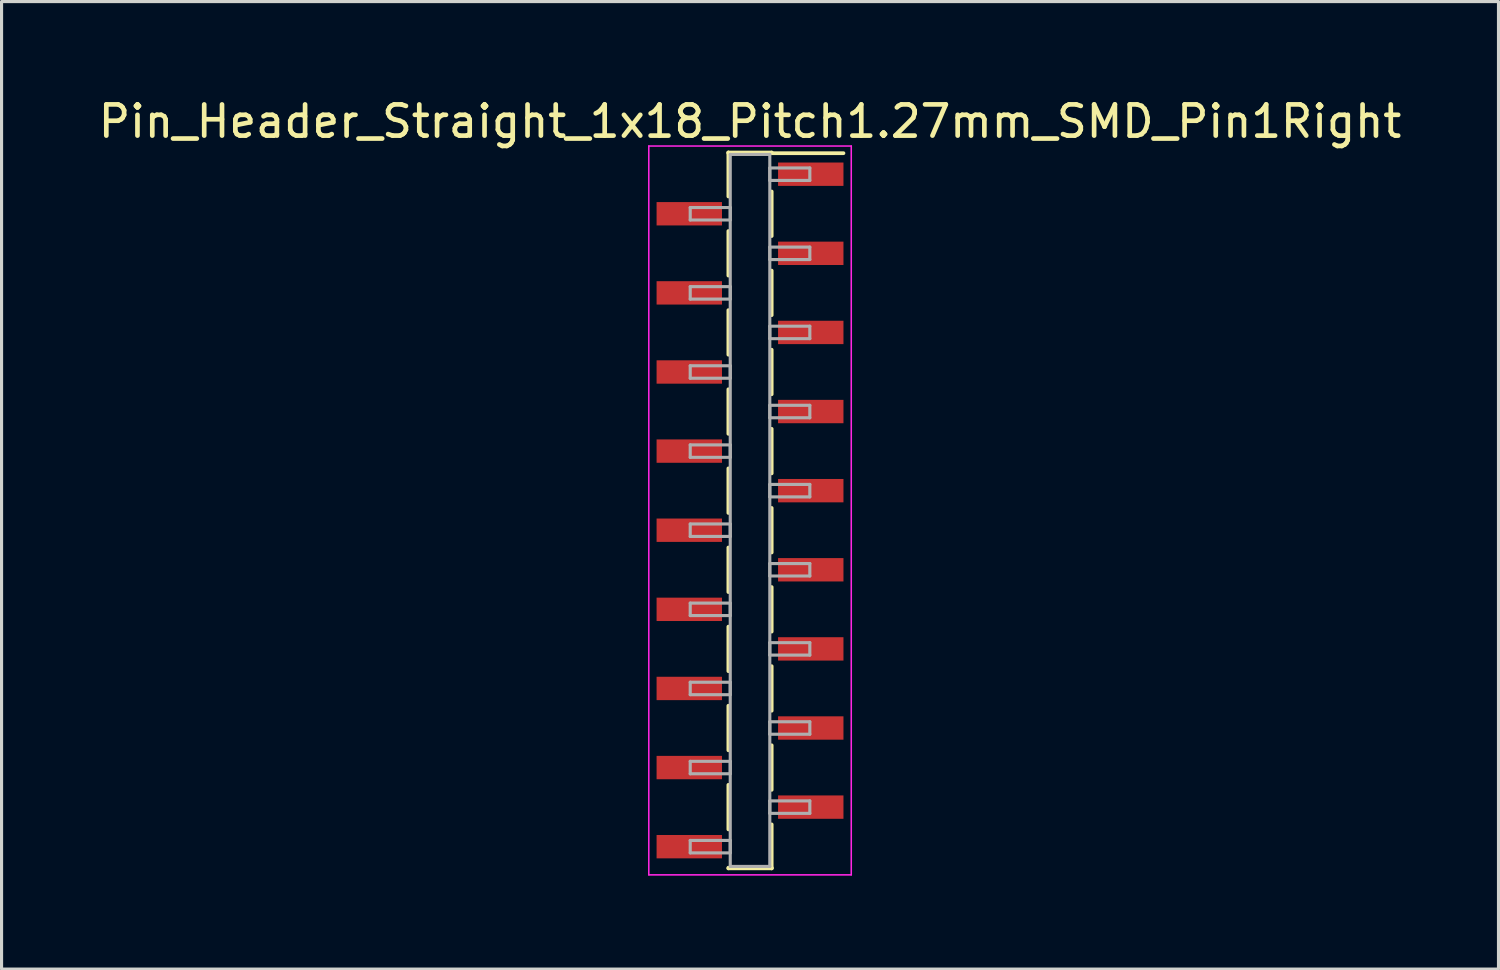
<source format=kicad_pcb>
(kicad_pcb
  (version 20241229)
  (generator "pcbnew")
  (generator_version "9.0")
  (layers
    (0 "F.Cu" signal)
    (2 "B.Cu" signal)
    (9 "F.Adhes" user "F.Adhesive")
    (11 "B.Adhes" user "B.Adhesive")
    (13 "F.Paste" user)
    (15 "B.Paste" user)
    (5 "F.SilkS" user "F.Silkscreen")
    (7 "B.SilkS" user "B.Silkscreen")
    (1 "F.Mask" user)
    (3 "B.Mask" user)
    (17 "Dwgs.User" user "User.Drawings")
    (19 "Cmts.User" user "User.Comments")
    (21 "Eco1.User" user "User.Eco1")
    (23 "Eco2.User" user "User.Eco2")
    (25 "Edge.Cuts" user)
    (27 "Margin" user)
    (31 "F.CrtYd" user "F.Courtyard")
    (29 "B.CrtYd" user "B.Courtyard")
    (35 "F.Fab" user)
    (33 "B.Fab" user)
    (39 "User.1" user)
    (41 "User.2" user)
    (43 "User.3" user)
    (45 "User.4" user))
  (footprint "Pin_Header_Straight_1x18_Pitch1.27mm_SMD_Pin1Right"
    (layer "F.Cu")
    (at 21.03 13.338)
    (property "Reference" "Pin_Header_Straight_1x18_Pitch1.27mm_SMD_Pin1Right" (at 0 -12.49 0) (layer "F.SilkS") (effects (font (size 1 1) (thickness 0.15))))
    (attr smd)
    (fp_line (start -0.695 -11.49) (end -0.695 -10.08) (stroke (width 0.12) (type solid)) (layer "F.SilkS"))
    (fp_line (start -0.695 -11.49) (end 0.695 -11.49) (stroke (width 0.12) (type solid)) (layer "F.SilkS"))
    (fp_line (start -0.695 -11.47) (end -0.695 -11.49) (stroke (width 0.12) (type solid)) (layer "F.SilkS"))
    (fp_line (start -0.695 -8.97) (end -0.695 -7.54) (stroke (width 0.12) (type solid)) (layer "F.SilkS"))
    (fp_line (start -0.695 -6.43) (end -0.695 -5) (stroke (width 0.12) (type solid)) (layer "F.SilkS"))
    (fp_line (start -0.695 -3.89) (end -0.695 -2.46) (stroke (width 0.12) (type solid)) (layer "F.SilkS"))
    (fp_line (start -0.695 -1.35) (end -0.695 0.08) (stroke (width 0.12) (type solid)) (layer "F.SilkS"))
    (fp_line (start -0.695 1.19) (end -0.695 2.62) (stroke (width 0.12) (type solid)) (layer "F.SilkS"))
    (fp_line (start -0.695 3.73) (end -0.695 5.16) (stroke (width 0.12) (type solid)) (layer "F.SilkS"))
    (fp_line (start -0.695 6.27) (end -0.695 7.7) (stroke (width 0.12) (type solid)) (layer "F.SilkS"))
    (fp_line (start -0.695 8.81) (end -0.695 10.24) (stroke (width 0.12) (type solid)) (layer "F.SilkS"))
    (fp_line (start -0.695 11.47) (end -0.695 11.49) (stroke (width 0.12) (type solid)) (layer "F.SilkS"))
    (fp_line (start -0.695 11.49) (end 0.695 11.49) (stroke (width 0.12) (type solid)) (layer "F.SilkS"))
    (fp_line (start 0.695 -11.49) (end 0.695 -11.47) (stroke (width 0.12) (type solid)) (layer "F.SilkS"))
    (fp_line (start 0.695 -11.47) (end 3 -11.47) (stroke (width 0.12) (type solid)) (layer "F.SilkS"))
    (fp_line (start 0.695 -10.24) (end 0.695 -8.81) (stroke (width 0.12) (type solid)) (layer "F.SilkS"))
    (fp_line (start 0.695 -7.7) (end 0.695 -6.27) (stroke (width 0.12) (type solid)) (layer "F.SilkS"))
    (fp_line (start 0.695 -5.16) (end 0.695 -3.73) (stroke (width 0.12) (type solid)) (layer "F.SilkS"))
    (fp_line (start 0.695 -2.62) (end 0.695 -1.19) (stroke (width 0.12) (type solid)) (layer "F.SilkS"))
    (fp_line (start 0.695 -0.08) (end 0.695 1.35) (stroke (width 0.12) (type solid)) (layer "F.SilkS"))
    (fp_line (start 0.695 2.46) (end 0.695 3.89) (stroke (width 0.12) (type solid)) (layer "F.SilkS"))
    (fp_line (start 0.695 5) (end 0.695 6.43) (stroke (width 0.12) (type solid)) (layer "F.SilkS"))
    (fp_line (start 0.695 7.54) (end 0.695 8.97) (stroke (width 0.12) (type solid)) (layer "F.SilkS"))
    (fp_line (start 0.695 10.08) (end 0.695 11.49) (stroke (width 0.12) (type solid)) (layer "F.SilkS"))
    (fp_line (start 0.695 11.49) (end 0.695 11.47) (stroke (width 0.12) (type solid)) (layer "F.SilkS"))
    (fp_line (start -3.25 -11.7) (end -3.25 11.7) (stroke (width 0.05) (type solid)) (layer "F.CrtYd"))
    (fp_line (start -3.25 11.7) (end 3.25 11.7) (stroke (width 0.05) (type solid)) (layer "F.CrtYd"))
    (fp_line (start 3.25 -11.7) (end -3.25 -11.7) (stroke (width 0.05) (type solid)) (layer "F.CrtYd"))
    (fp_line (start 3.25 11.7) (end 3.25 -11.7) (stroke (width 0.05) (type solid)) (layer "F.CrtYd"))
    (fp_line (start -1.92 -9.725) (end -0.635 -9.725) (stroke (width 0.1) (type solid)) (layer "F.Fab"))
    (fp_line (start -1.92 -9.325) (end -1.92 -9.725) (stroke (width 0.1) (type solid)) (layer "F.Fab"))
    (fp_line (start -1.92 -7.185) (end -0.635 -7.185) (stroke (width 0.1) (type solid)) (layer "F.Fab"))
    (fp_line (start -1.92 -6.785) (end -1.92 -7.185) (stroke (width 0.1) (type solid)) (layer "F.Fab"))
    (fp_line (start -1.92 -4.645) (end -0.635 -4.645) (stroke (width 0.1) (type solid)) (layer "F.Fab"))
    (fp_line (start -1.92 -4.245) (end -1.92 -4.645) (stroke (width 0.1) (type solid)) (layer "F.Fab"))
    (fp_line (start -1.92 -2.105) (end -0.635 -2.105) (stroke (width 0.1) (type solid)) (layer "F.Fab"))
    (fp_line (start -1.92 -1.705) (end -1.92 -2.105) (stroke (width 0.1) (type solid)) (layer "F.Fab"))
    (fp_line (start -1.92 0.435) (end -0.635 0.435) (stroke (width 0.1) (type solid)) (layer "F.Fab"))
    (fp_line (start -1.92 0.835) (end -1.92 0.435) (stroke (width 0.1) (type solid)) (layer "F.Fab"))
    (fp_line (start -1.92 2.975) (end -0.635 2.975) (stroke (width 0.1) (type solid)) (layer "F.Fab"))
    (fp_line (start -1.92 3.375) (end -1.92 2.975) (stroke (width 0.1) (type solid)) (layer "F.Fab"))
    (fp_line (start -1.92 5.515) (end -0.635 5.515) (stroke (width 0.1) (type solid)) (layer "F.Fab"))
    (fp_line (start -1.92 5.915) (end -1.92 5.515) (stroke (width 0.1) (type solid)) (layer "F.Fab"))
    (fp_line (start -1.92 8.055) (end -0.635 8.055) (stroke (width 0.1) (type solid)) (layer "F.Fab"))
    (fp_line (start -1.92 8.455) (end -1.92 8.055) (stroke (width 0.1) (type solid)) (layer "F.Fab"))
    (fp_line (start -1.92 10.595) (end -0.635 10.595) (stroke (width 0.1) (type solid)) (layer "F.Fab"))
    (fp_line (start -1.92 10.995) (end -1.92 10.595) (stroke (width 0.1) (type solid)) (layer "F.Fab"))
    (fp_line (start -0.635 -11.43) (end -0.635 11.43) (stroke (width 0.1) (type solid)) (layer "F.Fab"))
    (fp_line (start -0.635 -9.725) (end -0.635 -9.325) (stroke (width 0.1) (type solid)) (layer "F.Fab"))
    (fp_line (start -0.635 -9.325) (end -1.92 -9.325) (stroke (width 0.1) (type solid)) (layer "F.Fab"))
    (fp_line (start -0.635 -7.185) (end -0.635 -6.785) (stroke (width 0.1) (type solid)) (layer "F.Fab"))
    (fp_line (start -0.635 -6.785) (end -1.92 -6.785) (stroke (width 0.1) (type solid)) (layer "F.Fab"))
    (fp_line (start -0.635 -4.645) (end -0.635 -4.245) (stroke (width 0.1) (type solid)) (layer "F.Fab"))
    (fp_line (start -0.635 -4.245) (end -1.92 -4.245) (stroke (width 0.1) (type solid)) (layer "F.Fab"))
    (fp_line (start -0.635 -2.105) (end -0.635 -1.705) (stroke (width 0.1) (type solid)) (layer "F.Fab"))
    (fp_line (start -0.635 -1.705) (end -1.92 -1.705) (stroke (width 0.1) (type solid)) (layer "F.Fab"))
    (fp_line (start -0.635 0.435) (end -0.635 0.835) (stroke (width 0.1) (type solid)) (layer "F.Fab"))
    (fp_line (start -0.635 0.835) (end -1.92 0.835) (stroke (width 0.1) (type solid)) (layer "F.Fab"))
    (fp_line (start -0.635 2.975) (end -0.635 3.375) (stroke (width 0.1) (type solid)) (layer "F.Fab"))
    (fp_line (start -0.635 3.375) (end -1.92 3.375) (stroke (width 0.1) (type solid)) (layer "F.Fab"))
    (fp_line (start -0.635 5.515) (end -0.635 5.915) (stroke (width 0.1) (type solid)) (layer "F.Fab"))
    (fp_line (start -0.635 5.915) (end -1.92 5.915) (stroke (width 0.1) (type solid)) (layer "F.Fab"))
    (fp_line (start -0.635 8.055) (end -0.635 8.455) (stroke (width 0.1) (type solid)) (layer "F.Fab"))
    (fp_line (start -0.635 8.455) (end -1.92 8.455) (stroke (width 0.1) (type solid)) (layer "F.Fab"))
    (fp_line (start -0.635 10.595) (end -0.635 10.995) (stroke (width 0.1) (type solid)) (layer "F.Fab"))
    (fp_line (start -0.635 10.995) (end -1.92 10.995) (stroke (width 0.1) (type solid)) (layer "F.Fab"))
    (fp_line (start -0.635 11.43) (end 0.635 11.43) (stroke (width 0.1) (type solid)) (layer "F.Fab"))
    (fp_line (start 0.635 -11.43) (end -0.635 -11.43) (stroke (width 0.1) (type solid)) (layer "F.Fab"))
    (fp_line (start 0.635 -10.995) (end 0.635 -10.595) (stroke (width 0.1) (type solid)) (layer "F.Fab"))
    (fp_line (start 0.635 -10.595) (end 1.92 -10.595) (stroke (width 0.1) (type solid)) (layer "F.Fab"))
    (fp_line (start 0.635 -8.455) (end 0.635 -8.055) (stroke (width 0.1) (type solid)) (layer "F.Fab"))
    (fp_line (start 0.635 -8.055) (end 1.92 -8.055) (stroke (width 0.1) (type solid)) (layer "F.Fab"))
    (fp_line (start 0.635 -5.915) (end 0.635 -5.515) (stroke (width 0.1) (type solid)) (layer "F.Fab"))
    (fp_line (start 0.635 -5.515) (end 1.92 -5.515) (stroke (width 0.1) (type solid)) (layer "F.Fab"))
    (fp_line (start 0.635 -3.375) (end 0.635 -2.975) (stroke (width 0.1) (type solid)) (layer "F.Fab"))
    (fp_line (start 0.635 -2.975) (end 1.92 -2.975) (stroke (width 0.1) (type solid)) (layer "F.Fab"))
    (fp_line (start 0.635 -0.835) (end 0.635 -0.435) (stroke (width 0.1) (type solid)) (layer "F.Fab"))
    (fp_line (start 0.635 -0.435) (end 1.92 -0.435) (stroke (width 0.1) (type solid)) (layer "F.Fab"))
    (fp_line (start 0.635 1.705) (end 0.635 2.105) (stroke (width 0.1) (type solid)) (layer "F.Fab"))
    (fp_line (start 0.635 2.105) (end 1.92 2.105) (stroke (width 0.1) (type solid)) (layer "F.Fab"))
    (fp_line (start 0.635 4.245) (end 0.635 4.645) (stroke (width 0.1) (type solid)) (layer "F.Fab"))
    (fp_line (start 0.635 4.645) (end 1.92 4.645) (stroke (width 0.1) (type solid)) (layer "F.Fab"))
    (fp_line (start 0.635 6.785) (end 0.635 7.185) (stroke (width 0.1) (type solid)) (layer "F.Fab"))
    (fp_line (start 0.635 7.185) (end 1.92 7.185) (stroke (width 0.1) (type solid)) (layer "F.Fab"))
    (fp_line (start 0.635 9.325) (end 0.635 9.725) (stroke (width 0.1) (type solid)) (layer "F.Fab"))
    (fp_line (start 0.635 9.725) (end 1.92 9.725) (stroke (width 0.1) (type solid)) (layer "F.Fab"))
    (fp_line (start 0.635 11.43) (end 0.635 -11.43) (stroke (width 0.1) (type solid)) (layer "F.Fab"))
    (fp_line (start 1.92 -10.995) (end 0.635 -10.995) (stroke (width 0.1) (type solid)) (layer "F.Fab"))
    (fp_line (start 1.92 -10.595) (end 1.92 -10.995) (stroke (width 0.1) (type solid)) (layer "F.Fab"))
    (fp_line (start 1.92 -8.455) (end 0.635 -8.455) (stroke (width 0.1) (type solid)) (layer "F.Fab"))
    (fp_line (start 1.92 -8.055) (end 1.92 -8.455) (stroke (width 0.1) (type solid)) (layer "F.Fab"))
    (fp_line (start 1.92 -5.915) (end 0.635 -5.915) (stroke (width 0.1) (type solid)) (layer "F.Fab"))
    (fp_line (start 1.92 -5.515) (end 1.92 -5.915) (stroke (width 0.1) (type solid)) (layer "F.Fab"))
    (fp_line (start 1.92 -3.375) (end 0.635 -3.375) (stroke (width 0.1) (type solid)) (layer "F.Fab"))
    (fp_line (start 1.92 -2.975) (end 1.92 -3.375) (stroke (width 0.1) (type solid)) (layer "F.Fab"))
    (fp_line (start 1.92 -0.835) (end 0.635 -0.835) (stroke (width 0.1) (type solid)) (layer "F.Fab"))
    (fp_line (start 1.92 -0.435) (end 1.92 -0.835) (stroke (width 0.1) (type solid)) (layer "F.Fab"))
    (fp_line (start 1.92 1.705) (end 0.635 1.705) (stroke (width 0.1) (type solid)) (layer "F.Fab"))
    (fp_line (start 1.92 2.105) (end 1.92 1.705) (stroke (width 0.1) (type solid)) (layer "F.Fab"))
    (fp_line (start 1.92 4.245) (end 0.635 4.245) (stroke (width 0.1) (type solid)) (layer "F.Fab"))
    (fp_line (start 1.92 4.645) (end 1.92 4.245) (stroke (width 0.1) (type solid)) (layer "F.Fab"))
    (fp_line (start 1.92 6.785) (end 0.635 6.785) (stroke (width 0.1) (type solid)) (layer "F.Fab"))
    (fp_line (start 1.92 7.185) (end 1.92 6.785) (stroke (width 0.1) (type solid)) (layer "F.Fab"))
    (fp_line (start 1.92 9.325) (end 0.635 9.325) (stroke (width 0.1) (type solid)) (layer "F.Fab"))
    (fp_line (start 1.92 9.725) (end 1.92 9.325) (stroke (width 0.1) (type solid)) (layer "F.Fab"))
    (pad "1" smd rect (at 1.95 -10.795) (size 2.1 0.75) (layers "F.Cu" "F.Mask"))
    (pad "2" smd rect (at -1.95 -9.525) (size 2.1 0.75) (layers "F.Cu" "F.Mask"))
    (pad "3" smd rect (at 1.95 -8.255) (size 2.1 0.75) (layers "F.Cu" "F.Mask"))
    (pad "4" smd rect (at -1.95 -6.985) (size 2.1 0.75) (layers "F.Cu" "F.Mask"))
    (pad "5" smd rect (at 1.95 -5.715) (size 2.1 0.75) (layers "F.Cu" "F.Mask"))
    (pad "6" smd rect (at -1.95 -4.445) (size 2.1 0.75) (layers "F.Cu" "F.Mask"))
    (pad "7" smd rect (at 1.95 -3.175) (size 2.1 0.75) (layers "F.Cu" "F.Mask"))
    (pad "8" smd rect (at -1.95 -1.905) (size 2.1 0.75) (layers "F.Cu" "F.Mask"))
    (pad "9" smd rect (at 1.95 -0.635) (size 2.1 0.75) (layers "F.Cu" "F.Mask"))
    (pad "10" smd rect (at -1.95 0.635) (size 2.1 0.75) (layers "F.Cu" "F.Mask"))
    (pad "11" smd rect (at 1.95 1.905) (size 2.1 0.75) (layers "F.Cu" "F.Mask"))
    (pad "12" smd rect (at -1.95 3.175) (size 2.1 0.75) (layers "F.Cu" "F.Mask"))
    (pad "13" smd rect (at 1.95 4.445) (size 2.1 0.75) (layers "F.Cu" "F.Mask"))
    (pad "14" smd rect (at -1.95 5.715) (size 2.1 0.75) (layers "F.Cu" "F.Mask"))
    (pad "15" smd rect (at 1.95 6.985) (size 2.1 0.75) (layers "F.Cu" "F.Mask"))
    (pad "16" smd rect (at -1.95 8.255) (size 2.1 0.75) (layers "F.Cu" "F.Mask"))
    (pad "17" smd rect (at 1.95 9.525) (size 2.1 0.75) (layers "F.Cu" "F.Mask"))
    (pad "18" smd rect (at -1.95 10.795) (size 2.1 0.75) (layers "F.Cu" "F.Mask")))
  (gr_rect
    (start -3 -3)
    (end 45.06 28.063)
    (stroke (width 0.1) (type default))
    (fill no)
    (layer "Edge.Cuts")))
</source>
